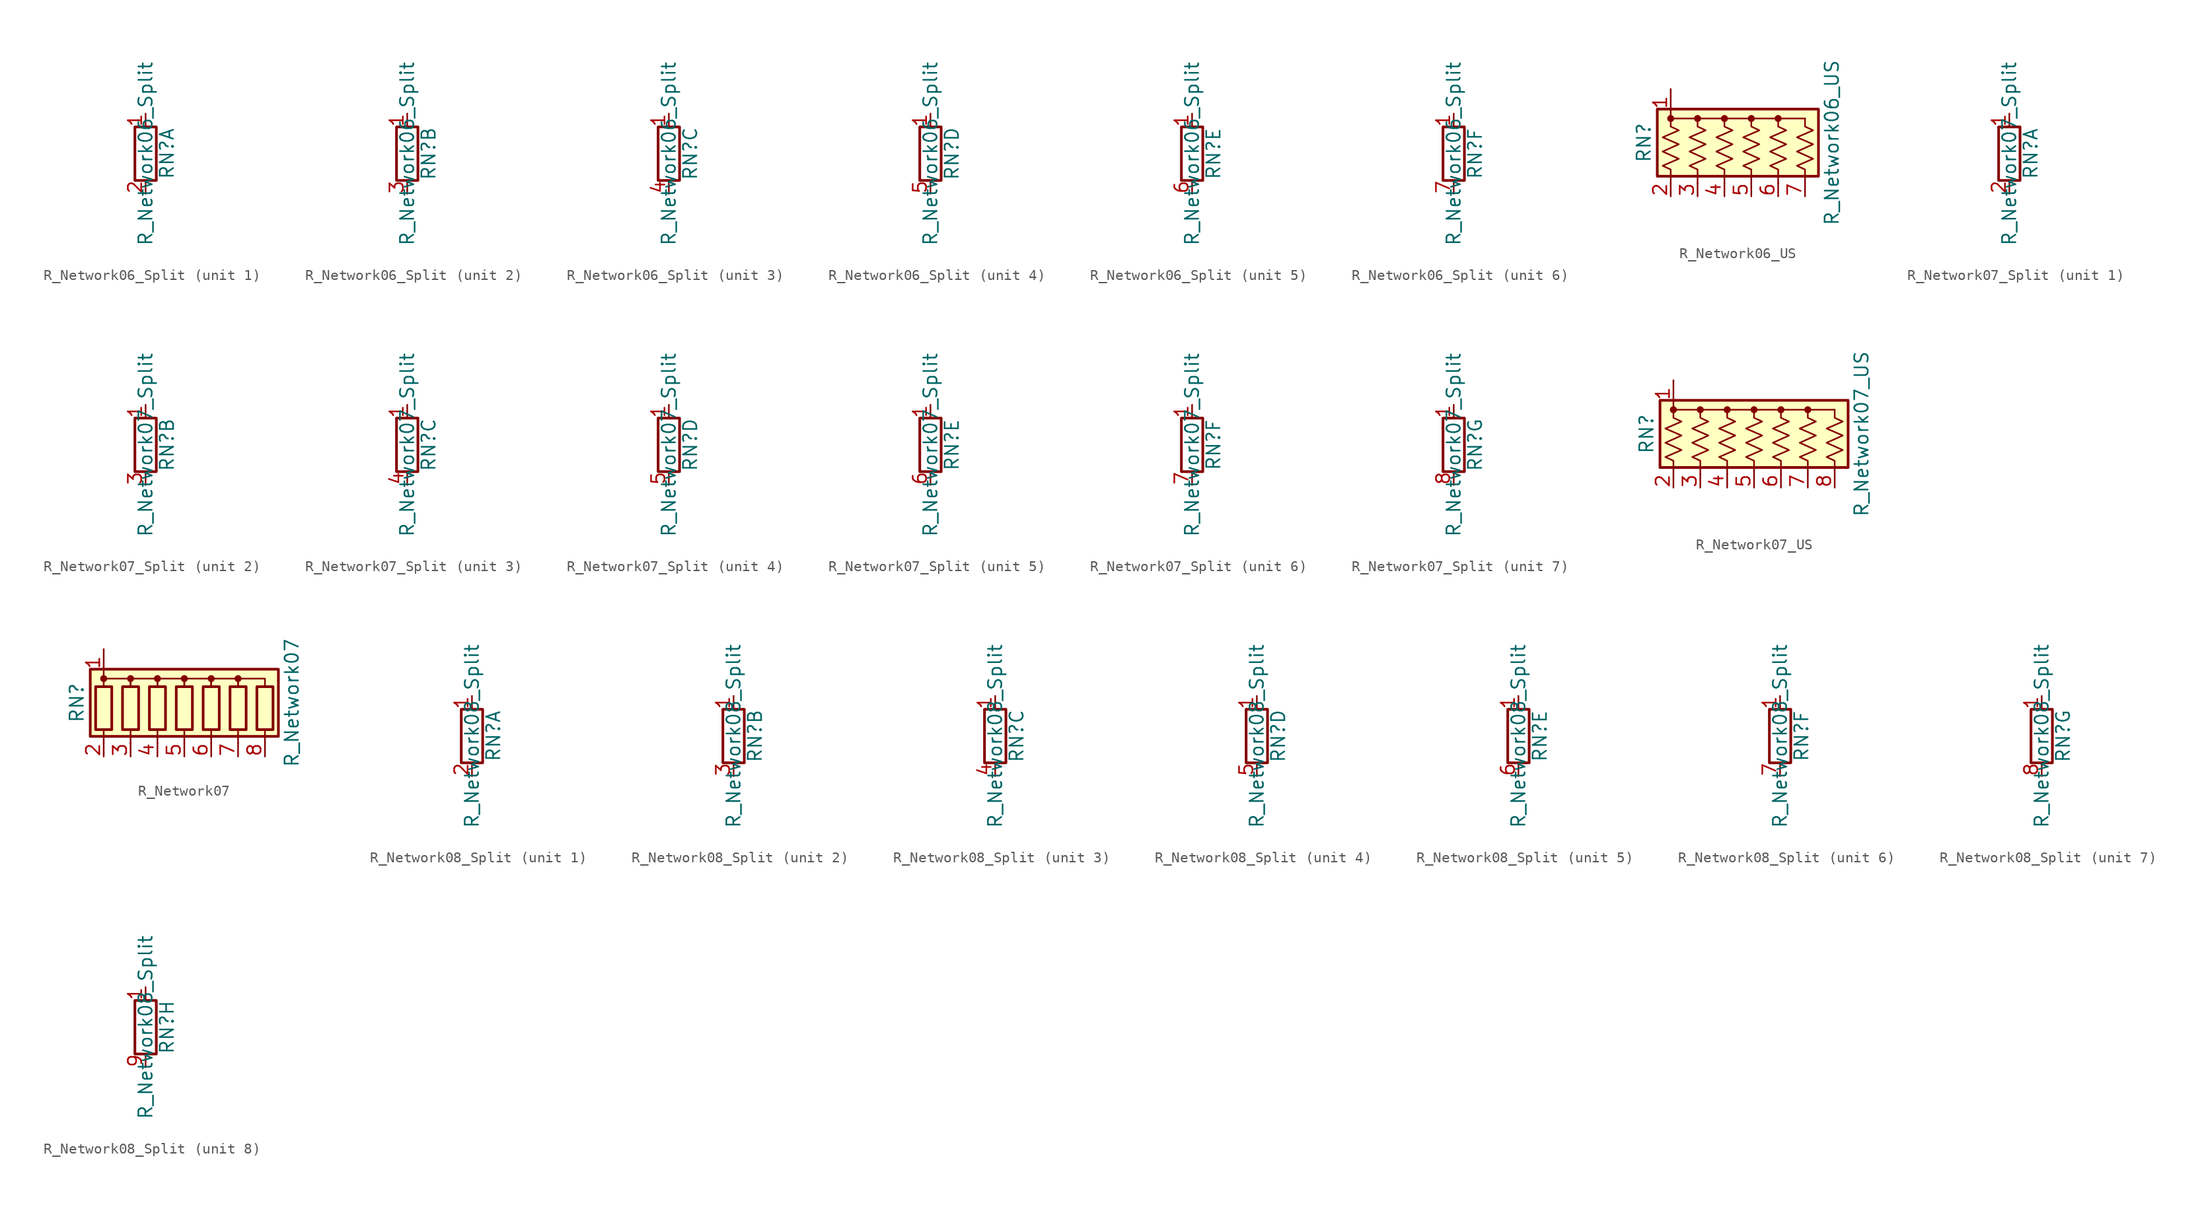
<source format=kicad_sym>
(kicad_symbol_lib
  (version 20241209)
  (generator "kicad_symbol_editor")
  (generator_version "9.0")
  (symbol "R_Network06_Split"
    (pin_names
      (offset 0)
      (hide yes))
    (property "Reference" "RN"
      (at 2.032 0 90)
      (effects (font (size 1.27 1.27))))
    (property "Value" "R_Network06_Split"
      (at 0 0 90)
      (effects (font (size 1.27 1.27))))
    (symbol "R_Network06_Split_0_1"
      (rectangle (start 1.016 2.54) (end -1.016 -2.54) (stroke (width 0.254) (type default)) (fill (type none)))
      (pin passive line (at 0 3.81 270) (length 1.27) (name "R1" (effects (font (size 1.27 1.27)))) (number "1" (effects (font (size 1.27 1.27))))))
    (symbol "R_Network06_Split_1_1"
      (pin passive line (at 0 -3.81 90) (length 1.27) (name "R1.2" (effects (font (size 1.27 1.27)))) (number "2" (effects (font (size 1.27 1.27))))))
    (symbol "R_Network06_Split_2_1"
      (pin passive line (at 0 -3.81 90) (length 1.27) (name "R2.2" (effects (font (size 1.27 1.27)))) (number "3" (effects (font (size 1.27 1.27))))))
    (symbol "R_Network06_Split_3_1"
      (pin passive line (at 0 -3.81 90) (length 1.27) (name "R3.2" (effects (font (size 1.27 1.27)))) (number "4" (effects (font (size 1.27 1.27))))))
    (symbol "R_Network06_Split_4_1"
      (pin passive line (at 0 -3.81 90) (length 1.27) (name "R4.2" (effects (font (size 1.27 1.27)))) (number "5" (effects (font (size 1.27 1.27))))))
    (symbol "R_Network06_Split_5_1"
      (pin passive line (at 0 -3.81 90) (length 1.27) (name "R5.2" (effects (font (size 1.27 1.27)))) (number "6" (effects (font (size 1.27 1.27))))))
    (symbol "R_Network06_Split_6_1"
      (pin passive line (at 0 -3.81 90) (length 1.27) (name "R6.2" (effects (font (size 1.27 1.27)))) (number "7" (effects (font (size 1.27 1.27)))))))
  (symbol "R_Network06_US"
    (pin_names
      (offset 0)
      (hide yes))
    (property "Reference" "RN"
      (at -10.16 0 90)
      (effects (font (size 1.27 1.27))))
    (property "Value" "R_Network06_US"
      (at 7.62 0 90)
      (effects (font (size 1.27 1.27))))
    (symbol "R_Network06_US_0_1"
      (rectangle (start -8.89 -3.175) (end 6.35 3.175) (stroke (width 0.254) (type default)) (fill (type background)))
      (circle (center -7.62 2.286) (radius 0.254) (stroke (width 0) (type default)) (fill (type outline)))
      (polyline (pts (xy -7.62 2.286) (xy 5.08 2.286)) (stroke (width 0) (type default)) (fill (type none)))
      (polyline (pts (xy -7.62 2.286) (xy -7.62 1.524) (xy -6.858 1.168) (xy -8.382 0.508) (xy -6.858 -0.152) (xy -8.382 -0.838) (xy -6.858 -1.524) (xy -8.382 -2.184) (xy -7.62 -2.54) (xy -7.62 -3.81)) (stroke (width 0) (type default)) (fill (type none)))
      (circle (center -5.08 2.286) (radius 0.254) (stroke (width 0) (type default)) (fill (type outline)))
      (polyline (pts (xy -5.08 2.286) (xy -5.08 1.524) (xy -4.318 1.168) (xy -5.842 0.508) (xy -4.318 -0.152) (xy -5.842 -0.838) (xy -4.318 -1.524) (xy -5.842 -2.184) (xy -5.08 -2.54) (xy -5.08 -3.81)) (stroke (width 0) (type default)) (fill (type none)))
      (circle (center -2.54 2.286) (radius 0.254) (stroke (width 0) (type default)) (fill (type outline)))
      (polyline (pts (xy -2.54 2.286) (xy -2.54 1.524) (xy -1.778 1.168) (xy -3.302 0.508) (xy -1.778 -0.152) (xy -3.302 -0.838) (xy -1.778 -1.524) (xy -3.302 -2.184) (xy -2.54 -2.54) (xy -2.54 -3.81)) (stroke (width 0) (type default)) (fill (type none)))
      (circle (center 0 2.286) (radius 0.254) (stroke (width 0) (type default)) (fill (type outline)))
      (polyline (pts (xy 0 2.286) (xy 0 1.524) (xy 0.762 1.168) (xy -0.762 0.508) (xy 0.762 -0.152) (xy -0.762 -0.838) (xy 0.762 -1.524) (xy -0.762 -2.184) (xy 0 -2.54) (xy 0 -3.81)) (stroke (width 0) (type default)) (fill (type none)))
      (polyline (pts (xy 2.54 2.286) (xy 2.54 1.524) (xy 3.302 1.168) (xy 1.778 0.508) (xy 3.302 -0.152) (xy 1.778 -0.838) (xy 3.302 -1.524) (xy 1.778 -2.184) (xy 2.54 -2.54) (xy 2.54 -3.81)) (stroke (width 0) (type default)) (fill (type none)))
      (circle (center 2.54 2.286) (radius 0.254) (stroke (width 0) (type default)) (fill (type outline)))
      (polyline (pts (xy 5.08 2.286) (xy 5.08 1.524) (xy 5.842 1.168) (xy 4.318 0.508) (xy 5.842 -0.152) (xy 4.318 -0.838) (xy 5.842 -1.524) (xy 4.318 -2.184) (xy 5.08 -2.54) (xy 5.08 -3.81)) (stroke (width 0) (type default)) (fill (type none))))
    (symbol "R_Network06_US_1_1"
      (pin passive line (at -7.62 5.08 270) (length 2.54) (name "common" (effects (font (size 1.27 1.27)))) (number "1" (effects (font (size 1.27 1.27)))))
      (pin passive line (at -7.62 -5.08 90) (length 1.27) (name "R1" (effects (font (size 1.27 1.27)))) (number "2" (effects (font (size 1.27 1.27)))))
      (pin passive line (at -5.08 -5.08 90) (length 1.27) (name "R2" (effects (font (size 1.27 1.27)))) (number "3" (effects (font (size 1.27 1.27)))))
      (pin passive line (at -2.54 -5.08 90) (length 1.27) (name "R3" (effects (font (size 1.27 1.27)))) (number "4" (effects (font (size 1.27 1.27)))))
      (pin passive line (at 0 -5.08 90) (length 1.27) (name "R4" (effects (font (size 1.27 1.27)))) (number "5" (effects (font (size 1.27 1.27)))))
      (pin passive line (at 2.54 -5.08 90) (length 1.27) (name "R5" (effects (font (size 1.27 1.27)))) (number "6" (effects (font (size 1.27 1.27)))))
      (pin passive line (at 5.08 -5.08 90) (length 1.27) (name "R6" (effects (font (size 1.27 1.27)))) (number "7" (effects (font (size 1.27 1.27)))))))
  (symbol "R_Network07_Split"
    (pin_names
      (offset 0)
      (hide yes))
    (property "Reference" "RN"
      (at 2.032 0 90)
      (effects (font (size 1.27 1.27))))
    (property "Value" "R_Network07_Split"
      (at 0 0 90)
      (effects (font (size 1.27 1.27))))
    (symbol "R_Network07_Split_0_1"
      (rectangle (start 1.016 2.54) (end -1.016 -2.54) (stroke (width 0.254) (type default)) (fill (type none)))
      (pin passive line (at 0 3.81 270) (length 1.27) (name "R1" (effects (font (size 1.27 1.27)))) (number "1" (effects (font (size 1.27 1.27))))))
    (symbol "R_Network07_Split_1_1"
      (pin passive line (at 0 -3.81 90) (length 1.27) (name "R1.2" (effects (font (size 1.27 1.27)))) (number "2" (effects (font (size 1.27 1.27))))))
    (symbol "R_Network07_Split_2_1"
      (pin passive line (at 0 -3.81 90) (length 1.27) (name "R2.2" (effects (font (size 1.27 1.27)))) (number "3" (effects (font (size 1.27 1.27))))))
    (symbol "R_Network07_Split_3_1"
      (pin passive line (at 0 -3.81 90) (length 1.27) (name "R3.2" (effects (font (size 1.27 1.27)))) (number "4" (effects (font (size 1.27 1.27))))))
    (symbol "R_Network07_Split_4_1"
      (pin passive line (at 0 -3.81 90) (length 1.27) (name "R4.2" (effects (font (size 1.27 1.27)))) (number "5" (effects (font (size 1.27 1.27))))))
    (symbol "R_Network07_Split_5_1"
      (pin passive line (at 0 -3.81 90) (length 1.27) (name "R5.2" (effects (font (size 1.27 1.27)))) (number "6" (effects (font (size 1.27 1.27))))))
    (symbol "R_Network07_Split_6_1"
      (pin passive line (at 0 -3.81 90) (length 1.27) (name "R6.2" (effects (font (size 1.27 1.27)))) (number "7" (effects (font (size 1.27 1.27))))))
    (symbol "R_Network07_Split_7_1"
      (pin passive line (at 0 -3.81 90) (length 1.27) (name "R7.2" (effects (font (size 1.27 1.27)))) (number "8" (effects (font (size 1.27 1.27)))))))
  (symbol "R_Network07_US"
    (pin_names
      (offset 0)
      (hide yes))
    (property "Reference" "RN"
      (at -10.16 0 90)
      (effects (font (size 1.27 1.27))))
    (property "Value" "R_Network07_US"
      (at 10.16 0 90)
      (effects (font (size 1.27 1.27))))
    (symbol "R_Network07_US_0_1"
      (rectangle (start -8.89 -3.175) (end 8.89 3.175) (stroke (width 0.254) (type default)) (fill (type background)))
      (circle (center -7.62 2.286) (radius 0.254) (stroke (width 0) (type default)) (fill (type outline)))
      (polyline (pts (xy -7.62 2.286) (xy 7.62 2.286)) (stroke (width 0) (type default)) (fill (type none)))
      (polyline (pts (xy -7.62 2.286) (xy -7.62 1.524) (xy -6.858 1.168) (xy -8.382 0.508) (xy -6.858 -0.152) (xy -8.382 -0.838) (xy -6.858 -1.524) (xy -8.382 -2.184) (xy -7.62 -2.54) (xy -7.62 -3.81)) (stroke (width 0) (type default)) (fill (type none)))
      (circle (center -5.08 2.286) (radius 0.254) (stroke (width 0) (type default)) (fill (type outline)))
      (polyline (pts (xy -5.08 2.286) (xy -5.08 1.524) (xy -4.318 1.168) (xy -5.842 0.508) (xy -4.318 -0.152) (xy -5.842 -0.838) (xy -4.318 -1.524) (xy -5.842 -2.184) (xy -5.08 -2.54) (xy -5.08 -3.81)) (stroke (width 0) (type default)) (fill (type none)))
      (circle (center -2.54 2.286) (radius 0.254) (stroke (width 0) (type default)) (fill (type outline)))
      (polyline (pts (xy -2.54 2.286) (xy -2.54 1.524) (xy -1.778 1.168) (xy -3.302 0.508) (xy -1.778 -0.152) (xy -3.302 -0.838) (xy -1.778 -1.524) (xy -3.302 -2.184) (xy -2.54 -2.54) (xy -2.54 -3.81)) (stroke (width 0) (type default)) (fill (type none)))
      (circle (center 0 2.286) (radius 0.254) (stroke (width 0) (type default)) (fill (type outline)))
      (polyline (pts (xy 0 2.286) (xy 0 1.524) (xy 0.762 1.168) (xy -0.762 0.508) (xy 0.762 -0.152) (xy -0.762 -0.838) (xy 0.762 -1.524) (xy -0.762 -2.184) (xy 0 -2.54) (xy 0 -3.81)) (stroke (width 0) (type default)) (fill (type none)))
      (polyline (pts (xy 2.54 2.286) (xy 2.54 1.524) (xy 3.302 1.168) (xy 1.778 0.508) (xy 3.302 -0.152) (xy 1.778 -0.838) (xy 3.302 -1.524) (xy 1.778 -2.184) (xy 2.54 -2.54) (xy 2.54 -3.81)) (stroke (width 0) (type default)) (fill (type none)))
      (circle (center 2.54 2.286) (radius 0.254) (stroke (width 0) (type default)) (fill (type outline)))
      (polyline (pts (xy 5.08 2.286) (xy 5.08 1.524) (xy 5.842 1.168) (xy 4.318 0.508) (xy 5.842 -0.152) (xy 4.318 -0.838) (xy 5.842 -1.524) (xy 4.318 -2.184) (xy 5.08 -2.54) (xy 5.08 -3.81)) (stroke (width 0) (type default)) (fill (type none)))
      (circle (center 5.08 2.286) (radius 0.254) (stroke (width 0) (type default)) (fill (type outline)))
      (polyline (pts (xy 7.62 2.286) (xy 7.62 1.524) (xy 8.382 1.168) (xy 6.858 0.508) (xy 8.382 -0.152) (xy 6.858 -0.838) (xy 8.382 -1.524) (xy 6.858 -2.184) (xy 7.62 -2.54) (xy 7.62 -3.81)) (stroke (width 0) (type default)) (fill (type none))))
    (symbol "R_Network07_US_1_1"
      (pin passive line (at -7.62 5.08 270) (length 2.54) (name "common" (effects (font (size 1.27 1.27)))) (number "1" (effects (font (size 1.27 1.27)))))
      (pin passive line (at -7.62 -5.08 90) (length 1.27) (name "R1" (effects (font (size 1.27 1.27)))) (number "2" (effects (font (size 1.27 1.27)))))
      (pin passive line (at -5.08 -5.08 90) (length 1.27) (name "R2" (effects (font (size 1.27 1.27)))) (number "3" (effects (font (size 1.27 1.27)))))
      (pin passive line (at -2.54 -5.08 90) (length 1.27) (name "R3" (effects (font (size 1.27 1.27)))) (number "4" (effects (font (size 1.27 1.27)))))
      (pin passive line (at 0 -5.08 90) (length 1.27) (name "R4" (effects (font (size 1.27 1.27)))) (number "5" (effects (font (size 1.27 1.27)))))
      (pin passive line (at 2.54 -5.08 90) (length 1.27) (name "R5" (effects (font (size 1.27 1.27)))) (number "6" (effects (font (size 1.27 1.27)))))
      (pin passive line (at 5.08 -5.08 90) (length 1.27) (name "R6" (effects (font (size 1.27 1.27)))) (number "7" (effects (font (size 1.27 1.27)))))
      (pin passive line (at 7.62 -5.08 90) (length 1.27) (name "R7" (effects (font (size 1.27 1.27)))) (number "8" (effects (font (size 1.27 1.27)))))))
  (symbol "R_Network07"
    (pin_names
      (offset 0)
      (hide yes))
    (property "Reference" "RN"
      (at -10.16 0 90)
      (effects (font (size 1.27 1.27))))
    (property "Value" "R_Network07"
      (at 10.16 0 90)
      (effects (font (size 1.27 1.27))))
    (symbol "R_Network07_0_1"
      (rectangle (start -8.89 -3.175) (end 8.89 3.175) (stroke (width 0.254) (type default)) (fill (type background)))
      (rectangle (start -8.382 1.524) (end -6.858 -2.54) (stroke (width 0.254) (type default)) (fill (type none)))
      (circle (center -7.62 2.286) (radius 0.254) (stroke (width 0) (type default)) (fill (type outline)))
      (polyline (pts (xy -7.62 1.524) (xy -7.62 2.286) (xy -5.08 2.286) (xy -5.08 1.524)) (stroke (width 0) (type default)) (fill (type none)))
      (polyline (pts (xy -7.62 -2.54) (xy -7.62 -3.81)) (stroke (width 0) (type default)) (fill (type none)))
      (rectangle (start -5.842 1.524) (end -4.318 -2.54) (stroke (width 0.254) (type default)) (fill (type none)))
      (circle (center -5.08 2.286) (radius 0.254) (stroke (width 0) (type default)) (fill (type outline)))
      (polyline (pts (xy -5.08 1.524) (xy -5.08 2.286) (xy -2.54 2.286) (xy -2.54 1.524)) (stroke (width 0) (type default)) (fill (type none)))
      (polyline (pts (xy -5.08 -2.54) (xy -5.08 -3.81)) (stroke (width 0) (type default)) (fill (type none)))
      (rectangle (start -3.302 1.524) (end -1.778 -2.54) (stroke (width 0.254) (type default)) (fill (type none)))
      (circle (center -2.54 2.286) (radius 0.254) (stroke (width 0) (type default)) (fill (type outline)))
      (polyline (pts (xy -2.54 1.524) (xy -2.54 2.286) (xy 0 2.286) (xy 0 1.524)) (stroke (width 0) (type default)) (fill (type none)))
      (polyline (pts (xy -2.54 -2.54) (xy -2.54 -3.81)) (stroke (width 0) (type default)) (fill (type none)))
      (rectangle (start -0.762 1.524) (end 0.762 -2.54) (stroke (width 0.254) (type default)) (fill (type none)))
      (circle (center 0 2.286) (radius 0.254) (stroke (width 0) (type default)) (fill (type outline)))
      (polyline (pts (xy 0 1.524) (xy 0 2.286) (xy 2.54 2.286) (xy 2.54 1.524)) (stroke (width 0) (type default)) (fill (type none)))
      (polyline (pts (xy 0 -2.54) (xy 0 -3.81)) (stroke (width 0) (type default)) (fill (type none)))
      (rectangle (start 1.778 1.524) (end 3.302 -2.54) (stroke (width 0.254) (type default)) (fill (type none)))
      (circle (center 2.54 2.286) (radius 0.254) (stroke (width 0) (type default)) (fill (type outline)))
      (polyline (pts (xy 2.54 1.524) (xy 2.54 2.286) (xy 5.08 2.286) (xy 5.08 1.524)) (stroke (width 0) (type default)) (fill (type none)))
      (polyline (pts (xy 2.54 -2.54) (xy 2.54 -3.81)) (stroke (width 0) (type default)) (fill (type none)))
      (rectangle (start 4.318 1.524) (end 5.842 -2.54) (stroke (width 0.254) (type default)) (fill (type none)))
      (circle (center 5.08 2.286) (radius 0.254) (stroke (width 0) (type default)) (fill (type outline)))
      (polyline (pts (xy 5.08 1.524) (xy 5.08 2.286) (xy 7.62 2.286) (xy 7.62 1.524)) (stroke (width 0) (type default)) (fill (type none)))
      (polyline (pts (xy 5.08 -2.54) (xy 5.08 -3.81)) (stroke (width 0) (type default)) (fill (type none)))
      (rectangle (start 6.858 1.524) (end 8.382 -2.54) (stroke (width 0.254) (type default)) (fill (type none)))
      (polyline (pts (xy 7.62 -2.54) (xy 7.62 -3.81)) (stroke (width 0) (type default)) (fill (type none))))
    (symbol "R_Network07_1_1"
      (pin passive line (at -7.62 5.08 270) (length 2.54) (name "common" (effects (font (size 1.27 1.27)))) (number "1" (effects (font (size 1.27 1.27)))))
      (pin passive line (at -7.62 -5.08 90) (length 1.27) (name "R1" (effects (font (size 1.27 1.27)))) (number "2" (effects (font (size 1.27 1.27)))))
      (pin passive line (at -5.08 -5.08 90) (length 1.27) (name "R2" (effects (font (size 1.27 1.27)))) (number "3" (effects (font (size 1.27 1.27)))))
      (pin passive line (at -2.54 -5.08 90) (length 1.27) (name "R3" (effects (font (size 1.27 1.27)))) (number "4" (effects (font (size 1.27 1.27)))))
      (pin passive line (at 0 -5.08 90) (length 1.27) (name "R4" (effects (font (size 1.27 1.27)))) (number "5" (effects (font (size 1.27 1.27)))))
      (pin passive line (at 2.54 -5.08 90) (length 1.27) (name "R5" (effects (font (size 1.27 1.27)))) (number "6" (effects (font (size 1.27 1.27)))))
      (pin passive line (at 5.08 -5.08 90) (length 1.27) (name "R6" (effects (font (size 1.27 1.27)))) (number "7" (effects (font (size 1.27 1.27)))))
      (pin passive line (at 7.62 -5.08 90) (length 1.27) (name "R7" (effects (font (size 1.27 1.27)))) (number "8" (effects (font (size 1.27 1.27)))))))
  (symbol "R_Network08_Split"
    (pin_names
      (offset 0)
      (hide yes))
    (property "Reference" "RN"
      (at 2.032 0 90)
      (effects (font (size 1.27 1.27))))
    (property "Value" "R_Network08_Split"
      (at 0 0 90)
      (effects (font (size 1.27 1.27))))
    (symbol "R_Network08_Split_0_1"
      (rectangle (start 1.016 2.54) (end -1.016 -2.54) (stroke (width 0.254) (type default)) (fill (type none)))
      (pin passive line (at 0 3.81 270) (length 1.27) (name "R1" (effects (font (size 1.27 1.27)))) (number "1" (effects (font (size 1.27 1.27))))))
    (symbol "R_Network08_Split_1_1"
      (pin passive line (at 0 -3.81 90) (length 1.27) (name "R1.2" (effects (font (size 1.27 1.27)))) (number "2" (effects (font (size 1.27 1.27))))))
    (symbol "R_Network08_Split_2_1"
      (pin passive line (at 0 -3.81 90) (length 1.27) (name "R2.2" (effects (font (size 1.27 1.27)))) (number "3" (effects (font (size 1.27 1.27))))))
    (symbol "R_Network08_Split_3_1"
      (pin passive line (at 0 -3.81 90) (length 1.27) (name "R3.2" (effects (font (size 1.27 1.27)))) (number "4" (effects (font (size 1.27 1.27))))))
    (symbol "R_Network08_Split_4_1"
      (pin passive line (at 0 -3.81 90) (length 1.27) (name "R4.2" (effects (font (size 1.27 1.27)))) (number "5" (effects (font (size 1.27 1.27))))))
    (symbol "R_Network08_Split_5_1"
      (pin passive line (at 0 -3.81 90) (length 1.27) (name "R5.2" (effects (font (size 1.27 1.27)))) (number "6" (effects (font (size 1.27 1.27))))))
    (symbol "R_Network08_Split_6_1"
      (pin passive line (at 0 -3.81 90) (length 1.27) (name "R6.2" (effects (font (size 1.27 1.27)))) (number "7" (effects (font (size 1.27 1.27))))))
    (symbol "R_Network08_Split_7_1"
      (pin passive line (at 0 -3.81 90) (length 1.27) (name "R7.2" (effects (font (size 1.27 1.27)))) (number "8" (effects (font (size 1.27 1.27))))))
    (symbol "R_Network08_Split_8_1"
      (pin passive line (at 0 -3.81 90) (length 1.27) (name "R8.2" (effects (font (size 1.27 1.27)))) (number "9" (effects (font (size 1.27 1.27))))))))
</source>
